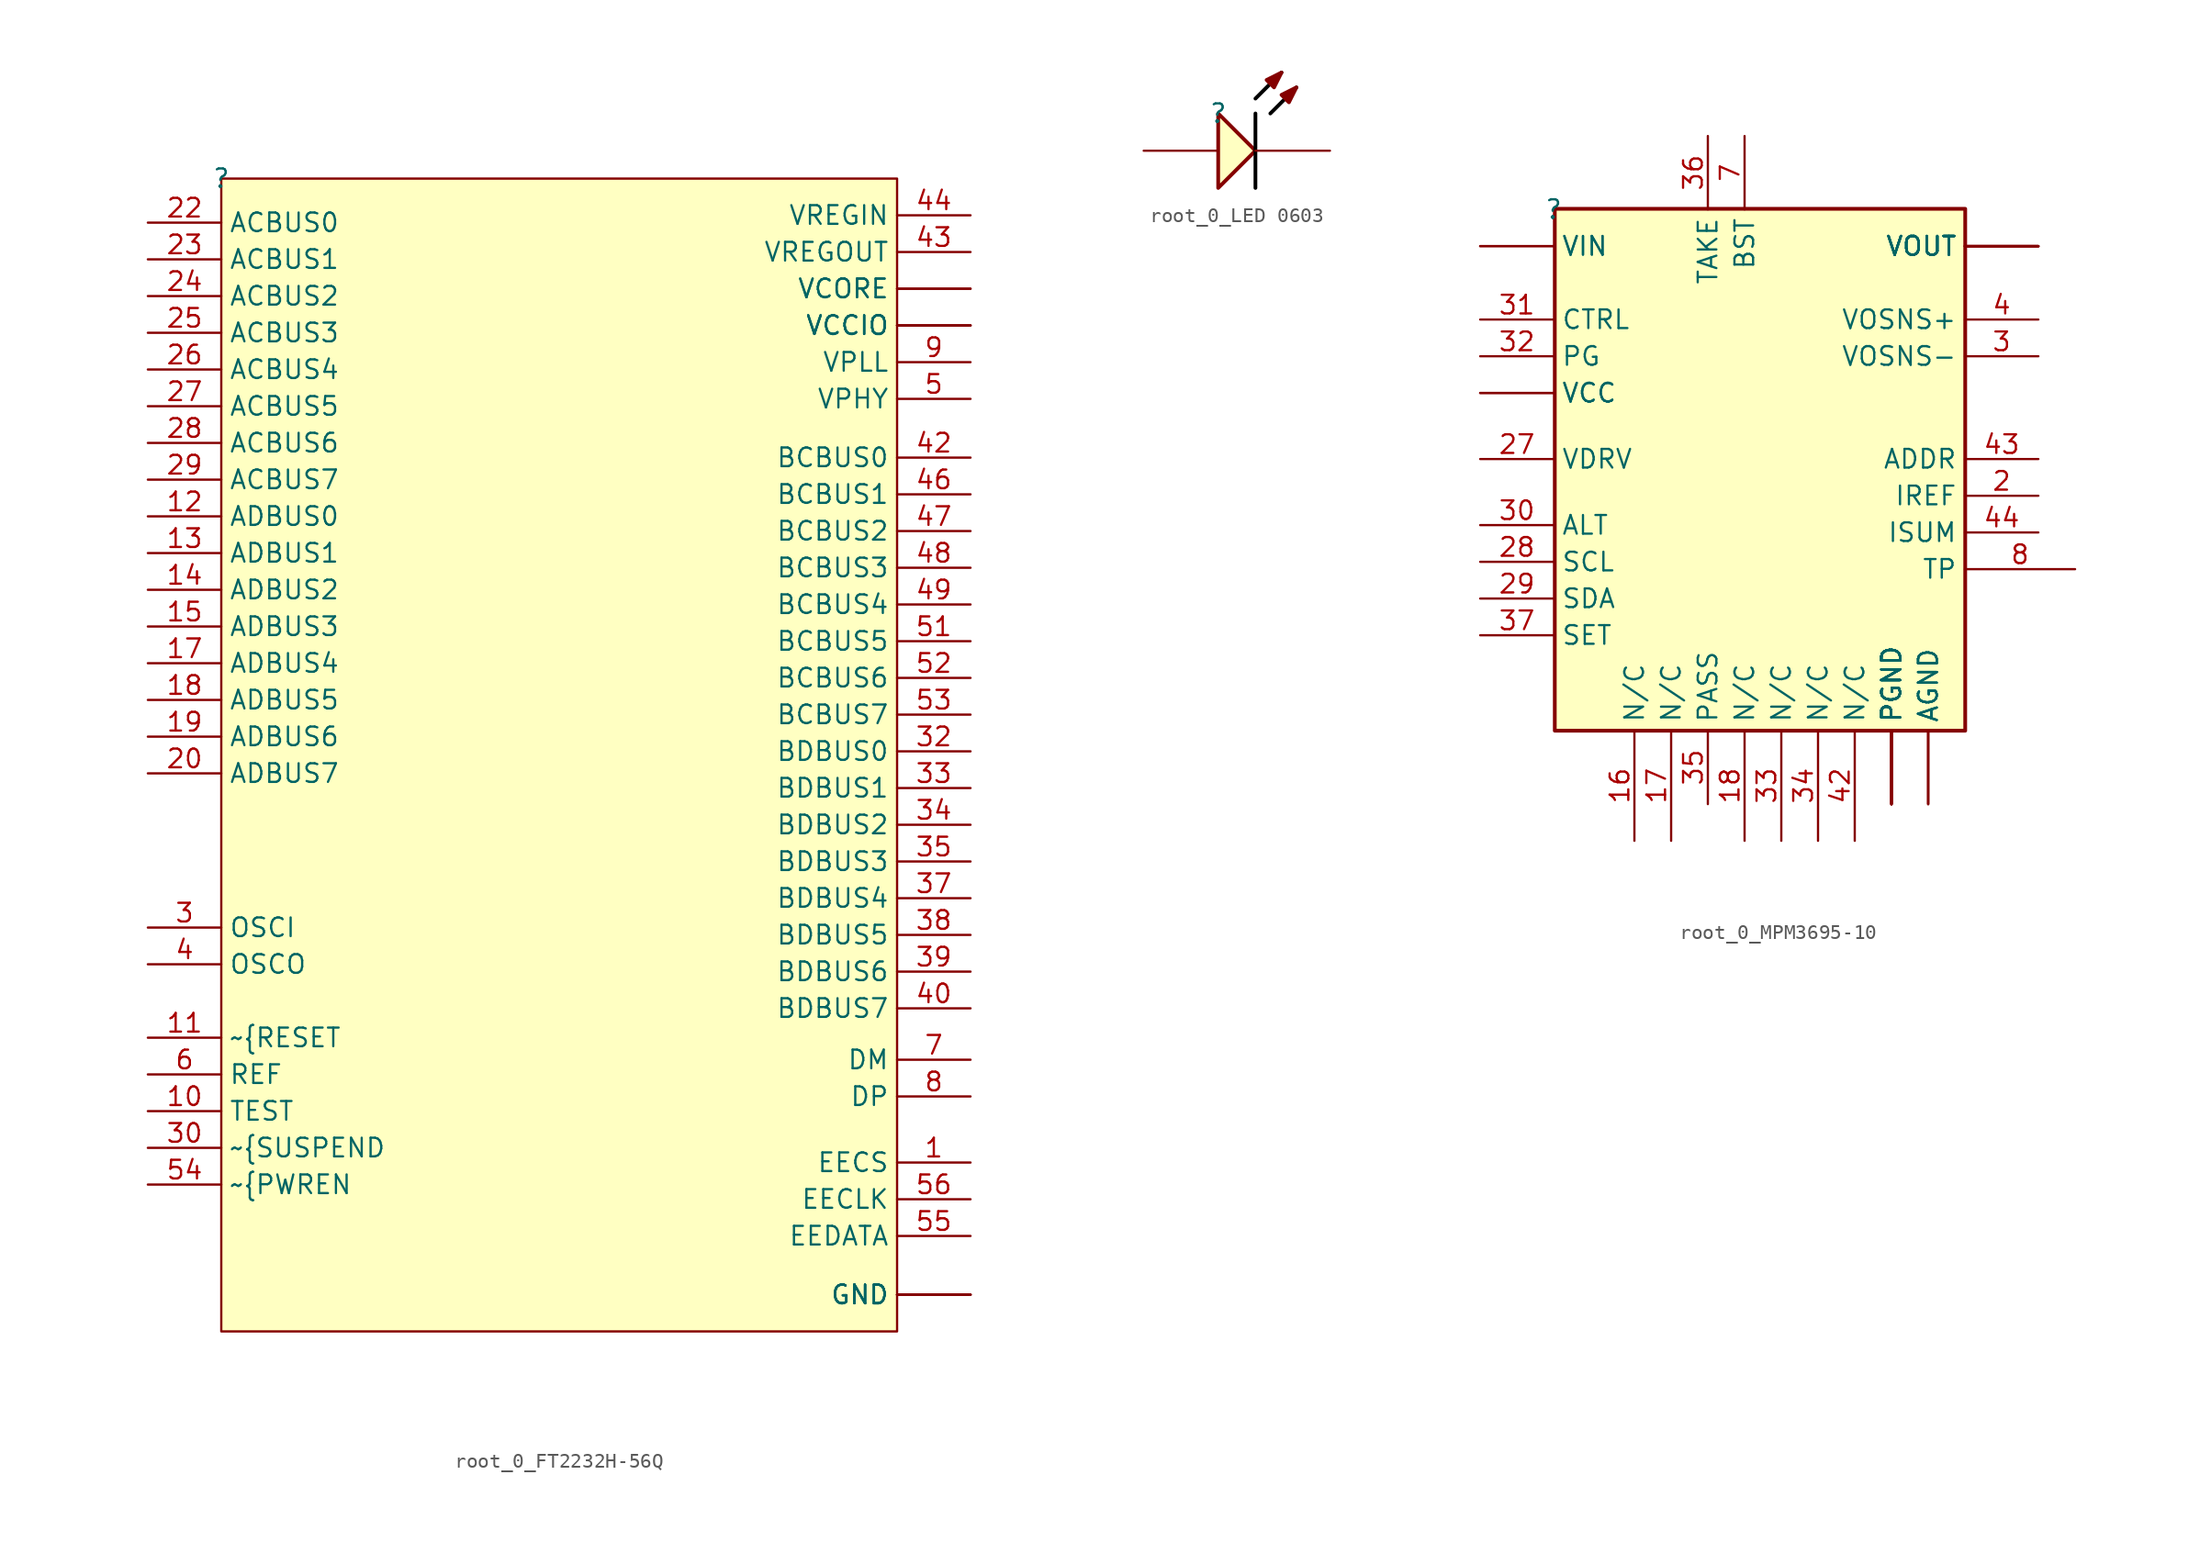
<source format=kicad_sym>
(kicad_symbol_lib
  (version 20220914)
  (generator kicad_symbol_editor)
  (symbol "root_0_FT2232H-56Q"
    (property "Reference" ""
      (at 0 0 0)
      (effects (font (size 1.27 1.27))))
    (property "Value" ""
      (at 0 0 0)
      (effects (font (size 1.27 1.27))))
    (symbol "root_0_FT2232H-56Q_1_0"
      (rectangle (start 46 0) (end 0 -78.499) (stroke (width 0) (type solid)) (fill (type background)))
      (pin passive line (at 51 -66.999 180) (length 5) (name "EECS" (effects (font (size 1.27 1.27)))) (number "1" (effects (font (size 1.27 1.27)))))
      (pin passive line (at -5 -63.499 0) (length 5) (name "TEST" (effects (font (size 1.27 1.27)))) (number "10" (effects (font (size 1.27 1.27)))))
      (pin passive line (at -5 -58.499 0) (length 5) (name "~{RESET" (effects (font (size 1.27 1.27)))) (number "11" (effects (font (size 1.27 1.27)))))
      (pin passive line (at -5 -23 0) (length 5) (name "ADBUS0" (effects (font (size 1.27 1.27)))) (number "12" (effects (font (size 1.27 1.27)))))
      (pin passive line (at -5 -25.5 0) (length 5) (name "ADBUS1" (effects (font (size 1.27 1.27)))) (number "13" (effects (font (size 1.27 1.27)))))
      (pin passive line (at -5 -28 0) (length 5) (name "ADBUS2" (effects (font (size 1.27 1.27)))) (number "14" (effects (font (size 1.27 1.27)))))
      (pin passive line (at -5 -30.5 0) (length 5) (name "ADBUS3" (effects (font (size 1.27 1.27)))) (number "15" (effects (font (size 1.27 1.27)))))
      (pin passive line (at 51 -10 180) (length 5) (name "VCCIO" (effects (font (size 1.27 1.27)))) (number "16" (effects (font (size 0 0)))))
      (pin passive line (at -5 -33 0) (length 5) (name "ADBUS4" (effects (font (size 1.27 1.27)))) (number "17" (effects (font (size 1.27 1.27)))))
      (pin passive line (at -5 -35.5 0) (length 5) (name "ADBUS5" (effects (font (size 1.27 1.27)))) (number "18" (effects (font (size 1.27 1.27)))))
      (pin passive line (at -5 -38 0) (length 5) (name "ADBUS6" (effects (font (size 1.27 1.27)))) (number "19" (effects (font (size 1.27 1.27)))))
      (pin passive line (at 51 -7.5 180) (length 5) (name "VCORE" (effects (font (size 1.27 1.27)))) (number "2" (effects (font (size 0 0)))))
      (pin passive line (at -5 -40.5 0) (length 5) (name "ADBUS7" (effects (font (size 1.27 1.27)))) (number "20" (effects (font (size 1.27 1.27)))))
      (pin passive line (at 51 -75.999 180) (length 5) (name "GND" (effects (font (size 1.27 1.27)))) (number "21" (effects (font (size 0 0)))))
      (pin passive line (at -5 -3 0) (length 5) (name "ACBUS0" (effects (font (size 1.27 1.27)))) (number "22" (effects (font (size 1.27 1.27)))))
      (pin passive line (at -5 -5.5 0) (length 5) (name "ACBUS1" (effects (font (size 1.27 1.27)))) (number "23" (effects (font (size 1.27 1.27)))))
      (pin passive line (at -5 -8 0) (length 5) (name "ACBUS2" (effects (font (size 1.27 1.27)))) (number "24" (effects (font (size 1.27 1.27)))))
      (pin passive line (at -5 -10.5 0) (length 5) (name "ACBUS3" (effects (font (size 1.27 1.27)))) (number "25" (effects (font (size 1.27 1.27)))))
      (pin passive line (at -5 -13 0) (length 5) (name "ACBUS4" (effects (font (size 1.27 1.27)))) (number "26" (effects (font (size 1.27 1.27)))))
      (pin passive line (at -5 -15.5 0) (length 5) (name "ACBUS5" (effects (font (size 1.27 1.27)))) (number "27" (effects (font (size 1.27 1.27)))))
      (pin passive line (at -5 -18 0) (length 5) (name "ACBUS6" (effects (font (size 1.27 1.27)))) (number "28" (effects (font (size 1.27 1.27)))))
      (pin passive line (at -5 -20.5 0) (length 5) (name "ACBUS7" (effects (font (size 1.27 1.27)))) (number "29" (effects (font (size 1.27 1.27)))))
      (pin passive line (at -5 -51 0) (length 5) (name "OSCI" (effects (font (size 1.27 1.27)))) (number "3" (effects (font (size 1.27 1.27)))))
      (pin passive line (at -5 -65.999 0) (length 5) (name "~{SUSPEND" (effects (font (size 1.27 1.27)))) (number "30" (effects (font (size 1.27 1.27)))))
      (pin passive line (at 51 -7.5 180) (length 5) (name "VCORE" (effects (font (size 1.27 1.27)))) (number "31" (effects (font (size 0 0)))))
      (pin passive line (at 51 -39 180) (length 5) (name "BDBUS0" (effects (font (size 1.27 1.27)))) (number "32" (effects (font (size 1.27 1.27)))))
      (pin passive line (at 51 -41.5 180) (length 5) (name "BDBUS1" (effects (font (size 1.27 1.27)))) (number "33" (effects (font (size 1.27 1.27)))))
      (pin passive line (at 51 -44 180) (length 5) (name "BDBUS2" (effects (font (size 1.27 1.27)))) (number "34" (effects (font (size 1.27 1.27)))))
      (pin passive line (at 51 -46.5 180) (length 5) (name "BDBUS3" (effects (font (size 1.27 1.27)))) (number "35" (effects (font (size 1.27 1.27)))))
      (pin passive line (at 51 -10 180) (length 5) (name "VCCIO" (effects (font (size 1.27 1.27)))) (number "36" (effects (font (size 0 0)))))
      (pin passive line (at 51 -49 180) (length 5) (name "BDBUS4" (effects (font (size 1.27 1.27)))) (number "37" (effects (font (size 1.27 1.27)))))
      (pin passive line (at 51 -51.5 180) (length 5) (name "BDBUS5" (effects (font (size 1.27 1.27)))) (number "38" (effects (font (size 1.27 1.27)))))
      (pin passive line (at 51 -53.999 180) (length 5) (name "BDBUS6" (effects (font (size 1.27 1.27)))) (number "39" (effects (font (size 1.27 1.27)))))
      (pin passive line (at -5 -53.499 0) (length 5) (name "OSCO" (effects (font (size 1.27 1.27)))) (number "4" (effects (font (size 1.27 1.27)))))
      (pin passive line (at 51 -56.499 180) (length 5) (name "BDBUS7" (effects (font (size 1.27 1.27)))) (number "40" (effects (font (size 1.27 1.27)))))
      (pin passive line (at 51 -75.999 180) (length 5) (name "GND" (effects (font (size 1.27 1.27)))) (number "41" (effects (font (size 0 0)))))
      (pin passive line (at 51 -19 180) (length 5) (name "BCBUS0" (effects (font (size 1.27 1.27)))) (number "42" (effects (font (size 1.27 1.27)))))
      (pin passive line (at 51 -5 180) (length 5) (name "VREGOUT" (effects (font (size 1.27 1.27)))) (number "43" (effects (font (size 1.27 1.27)))))
      (pin passive line (at 51 -2.5 180) (length 5) (name "VREGIN" (effects (font (size 1.27 1.27)))) (number "44" (effects (font (size 1.27 1.27)))))
      (pin passive line (at 51 -75.999 180) (length 5) (name "GND" (effects (font (size 1.27 1.27)))) (number "45" (effects (font (size 0 0)))))
      (pin passive line (at 51 -21.5 180) (length 5) (name "BCBUS1" (effects (font (size 1.27 1.27)))) (number "46" (effects (font (size 1.27 1.27)))))
      (pin passive line (at 51 -24 180) (length 5) (name "BCBUS2" (effects (font (size 1.27 1.27)))) (number "47" (effects (font (size 1.27 1.27)))))
      (pin passive line (at 51 -26.5 180) (length 5) (name "BCBUS3" (effects (font (size 1.27 1.27)))) (number "48" (effects (font (size 1.27 1.27)))))
      (pin passive line (at 51 -29 180) (length 5) (name "BCBUS4" (effects (font (size 1.27 1.27)))) (number "49" (effects (font (size 1.27 1.27)))))
      (pin passive line (at 51 -15 180) (length 5) (name "VPHY" (effects (font (size 1.27 1.27)))) (number "5" (effects (font (size 1.27 1.27)))))
      (pin passive line (at 51 -10 180) (length 5) (name "VCCIO" (effects (font (size 1.27 1.27)))) (number "50" (effects (font (size 0 0)))))
      (pin passive line (at 51 -31.5 180) (length 5) (name "BCBUS5" (effects (font (size 1.27 1.27)))) (number "51" (effects (font (size 1.27 1.27)))))
      (pin passive line (at 51 -34 180) (length 5) (name "BCBUS6" (effects (font (size 1.27 1.27)))) (number "52" (effects (font (size 1.27 1.27)))))
      (pin passive line (at 51 -36.5 180) (length 5) (name "BCBUS7" (effects (font (size 1.27 1.27)))) (number "53" (effects (font (size 1.27 1.27)))))
      (pin passive line (at -5 -68.499 0) (length 5) (name "~{PWREN" (effects (font (size 1.27 1.27)))) (number "54" (effects (font (size 1.27 1.27)))))
      (pin passive line (at 51 -71.999 180) (length 5) (name "EEDATA" (effects (font (size 1.27 1.27)))) (number "55" (effects (font (size 1.27 1.27)))))
      (pin passive line (at 51 -69.499 180) (length 5) (name "EECLK" (effects (font (size 1.27 1.27)))) (number "56" (effects (font (size 1.27 1.27)))))
      (pin passive line (at 51 -75.999 180) (length 5) (name "GND" (effects (font (size 1.27 1.27)))) (number "57" (effects (font (size 0 0)))))
      (pin passive line (at -5 -60.999 0) (length 5) (name "REF" (effects (font (size 1.27 1.27)))) (number "6" (effects (font (size 1.27 1.27)))))
      (pin passive line (at 51 -59.999 180) (length 5) (name "DM" (effects (font (size 1.27 1.27)))) (number "7" (effects (font (size 1.27 1.27)))))
      (pin passive line (at 51 -62.499 180) (length 5) (name "DP" (effects (font (size 1.27 1.27)))) (number "8" (effects (font (size 1.27 1.27)))))
      (pin passive line (at 51 -12.5 180) (length 5) (name "VPLL" (effects (font (size 1.27 1.27)))) (number "9" (effects (font (size 1.27 1.27)))))))
  (symbol "root_0_LED 0603"
    (property "Reference" ""
      (at 0 0 0)
      (effects (font (size 1.27 1.27))))
    (property "Value" ""
      (at 0 0 0)
      (effects (font (size 1.27 1.27))))
    (symbol "root_0_LED 0603_1_0"
      (polyline (pts (xy 2.54 0) (xy 2.54 -5.08)) (stroke (width 0.254) (type solid) (color 0 0 0 1)) (fill (type none)))
      (polyline (pts (xy 2.54 1.016) (xy 4.318 2.794)) (stroke (width 0.254) (type solid) (color 0 0 0 1)) (fill (type none)))
      (polyline (pts (xy 3.556 0) (xy 5.334 1.778)) (stroke (width 0.254) (type solid) (color 0 0 0 1)) (fill (type none)))
      (polyline (pts (xy 0 -5.08) (xy 2.54 -2.54) (xy 0 0) (xy 0 -5.08)) (stroke (width 0.254) (type solid)) (fill (type background)))
      (polyline (pts (xy 4.318 2.794) (xy 3.302 2.286) (xy 3.81 1.778) (xy 4.318 2.794)) (stroke (width 0.254) (type solid)) (fill (type outline)))
      (polyline (pts (xy 5.334 1.778) (xy 4.318 1.27) (xy 4.826 0.762) (xy 5.334 1.778)) (stroke (width 0.254) (type solid)) (fill (type outline)))
      (pin passive line (at -5.08 -2.54 0) (length 5.08) (name "A" (effects (font (size 0 0)))) (number "1" (effects (font (size 0 0)))))
      (pin passive line (at 7.62 -2.54 180) (length 5.08) (name "K" (effects (font (size 0 0)))) (number "2" (effects (font (size 0 0)))))))
  (symbol "root_0_MPM3695-10"
    (property "Reference" ""
      (at 0 0 0)
      (effects (font (size 1.27 1.27))))
    (property "Value" ""
      (at 0 0 0)
      (effects (font (size 1.27 1.27))))
    (symbol "root_0_MPM3695-10_1_0"
      (rectangle (start 28.02 0.04) (end 0.08 -35.5) (stroke (width 0.254) (type solid)) (fill (type background)))
      (pin passive line (at 25.5 -40.5 90) (length 5) (name "AGND" (effects (font (size 1.27 1.27)))) (number "1" (effects (font (size 0 0)))))
      (pin passive line (at 33 -2.5 180) (length 5) (name "VOUT" (effects (font (size 1.27 1.27)))) (number "10" (effects (font (size 0 0)))))
      (pin passive line (at 33 -2.5 180) (length 5) (name "VOUT" (effects (font (size 1.27 1.27)))) (number "11" (effects (font (size 0 0)))))
      (pin passive line (at 33 -2.5 180) (length 5) (name "VOUT" (effects (font (size 1.27 1.27)))) (number "12" (effects (font (size 0 0)))))
      (pin passive line (at 33 -2.5 180) (length 5) (name "VOUT" (effects (font (size 1.27 1.27)))) (number "13" (effects (font (size 0 0)))))
      (pin passive line (at 33 -2.5 180) (length 5) (name "VOUT" (effects (font (size 1.27 1.27)))) (number "14" (effects (font (size 0 0)))))
      (pin passive line (at 33 -2.5 180) (length 5) (name "VOUT" (effects (font (size 1.27 1.27)))) (number "15" (effects (font (size 0 0)))))
      (pin passive line (at 5.5 -43 90) (length 7.5) (name "N/C" (effects (font (size 1.27 1.27)))) (number "16" (effects (font (size 1.27 1.27)))))
      (pin passive line (at 8 -43 90) (length 7.5) (name "N/C" (effects (font (size 1.27 1.27)))) (number "17" (effects (font (size 1.27 1.27)))))
      (pin passive line (at 13 -43 90) (length 7.5) (name "N/C" (effects (font (size 1.27 1.27)))) (number "18" (effects (font (size 1.27 1.27)))))
      (pin passive line (at 23 -40.5 90) (length 5) (name "PGND" (effects (font (size 1.27 1.27)))) (number "19" (effects (font (size 0 0)))))
      (pin passive line (at 33 -19.5 180) (length 5) (name "IREF" (effects (font (size 1.27 1.27)))) (number "2" (effects (font (size 1.27 1.27)))))
      (pin passive line (at 23 -40.5 90) (length 5) (name "PGND" (effects (font (size 1.27 1.27)))) (number "20" (effects (font (size 0 0)))))
      (pin passive line (at 23 -40.5 90) (length 5) (name "PGND" (effects (font (size 1.27 1.27)))) (number "21" (effects (font (size 0 0)))))
      (pin passive line (at 23 -40.5 90) (length 5) (name "PGND" (effects (font (size 1.27 1.27)))) (number "22" (effects (font (size 0 0)))))
      (pin passive line (at 23 -40.5 90) (length 5) (name "PGND" (effects (font (size 1.27 1.27)))) (number "23" (effects (font (size 0 0)))))
      (pin passive line (at 23 -40.5 90) (length 5) (name "PGND" (effects (font (size 1.27 1.27)))) (number "24" (effects (font (size 0 0)))))
      (pin passive line (at 23 -40.5 90) (length 5) (name "PGND" (effects (font (size 1.27 1.27)))) (number "25" (effects (font (size 0 0)))))
      (pin passive line (at -5 -12.5 0) (length 5) (name "VCC" (effects (font (size 1.27 1.27)))) (number "26" (effects (font (size 0 0)))))
      (pin passive line (at -5 -17 0) (length 5) (name "VDRV" (effects (font (size 1.27 1.27)))) (number "27" (effects (font (size 1.27 1.27)))))
      (pin passive line (at -5 -24 0) (length 5) (name "SCL" (effects (font (size 1.27 1.27)))) (number "28" (effects (font (size 1.27 1.27)))))
      (pin passive line (at -5 -26.5 0) (length 5) (name "SDA" (effects (font (size 1.27 1.27)))) (number "29" (effects (font (size 1.27 1.27)))))
      (pin passive line (at 33 -10 180) (length 5) (name "VOSNS-" (effects (font (size 1.27 1.27)))) (number "3" (effects (font (size 1.27 1.27)))))
      (pin passive line (at -5 -21.5 0) (length 5) (name "ALT" (effects (font (size 1.27 1.27)))) (number "30" (effects (font (size 1.27 1.27)))))
      (pin passive line (at -5 -7.5 0) (length 5) (name "CTRL" (effects (font (size 1.27 1.27)))) (number "31" (effects (font (size 1.27 1.27)))))
      (pin passive line (at -5 -10 0) (length 5) (name "PG" (effects (font (size 1.27 1.27)))) (number "32" (effects (font (size 1.27 1.27)))))
      (pin passive line (at 15.5 -43 90) (length 7.5) (name "N/C" (effects (font (size 1.27 1.27)))) (number "33" (effects (font (size 1.27 1.27)))))
      (pin passive line (at 18 -43 90) (length 7.5) (name "N/C" (effects (font (size 1.27 1.27)))) (number "34" (effects (font (size 1.27 1.27)))))
      (pin passive line (at 10.5 -40.5 90) (length 5) (name "PASS" (effects (font (size 1.27 1.27)))) (number "35" (effects (font (size 1.27 1.27)))))
      (pin passive line (at 10.5 4.999 270) (length 5) (name "TAKE" (effects (font (size 1.27 1.27)))) (number "36" (effects (font (size 1.27 1.27)))))
      (pin passive line (at -5 -29 0) (length 5) (name "SET" (effects (font (size 1.27 1.27)))) (number "37" (effects (font (size 1.27 1.27)))))
      (pin passive line (at 23 -40.5 90) (length 5) (name "PGND" (effects (font (size 1.27 1.27)))) (number "38" (effects (font (size 0 0)))))
      (pin passive line (at 23 -40.5 90) (length 5) (name "PGND" (effects (font (size 1.27 1.27)))) (number "39" (effects (font (size 0 0)))))
      (pin passive line (at 33 -7.5 180) (length 5) (name "VOSNS+" (effects (font (size 1.27 1.27)))) (number "4" (effects (font (size 1.27 1.27)))))
      (pin passive line (at -5 -2.5 0) (length 5) (name "VIN" (effects (font (size 1.27 1.27)))) (number "40" (effects (font (size 0 0)))))
      (pin passive line (at -5 -2.5 0) (length 5) (name "VIN" (effects (font (size 1.27 1.27)))) (number "41" (effects (font (size 0 0)))))
      (pin passive line (at 20.5 -43 90) (length 7.5) (name "N/C" (effects (font (size 1.27 1.27)))) (number "42" (effects (font (size 1.27 1.27)))))
      (pin passive line (at 33 -17 180) (length 5) (name "ADDR" (effects (font (size 1.27 1.27)))) (number "43" (effects (font (size 1.27 1.27)))))
      (pin passive line (at 33 -22 180) (length 5) (name "ISUM" (effects (font (size 1.27 1.27)))) (number "44" (effects (font (size 1.27 1.27)))))
      (pin passive line (at 25.5 -40.5 90) (length 5) (name "AGND" (effects (font (size 1.27 1.27)))) (number "45" (effects (font (size 0 0)))))
      (pin passive line (at 25.5 -40.5 90) (length 5) (name "AGND" (effects (font (size 1.27 1.27)))) (number "5" (effects (font (size 0 0)))))
      (pin passive line (at -5 -12.5 0) (length 5) (name "VCC" (effects (font (size 1.27 1.27)))) (number "6" (effects (font (size 0 0)))))
      (pin passive line (at 13 4.999 270) (length 5) (name "BST" (effects (font (size 1.27 1.27)))) (number "7" (effects (font (size 1.27 1.27)))))
      (pin passive line (at 35.5 -24.5 180) (length 7.5) (name "TP" (effects (font (size 1.27 1.27)))) (number "8" (effects (font (size 1.27 1.27)))))
      (pin passive line (at 33 -2.5 180) (length 5) (name "VOUT" (effects (font (size 1.27 1.27)))) (number "9" (effects (font (size 0 0))))))))
</source>
